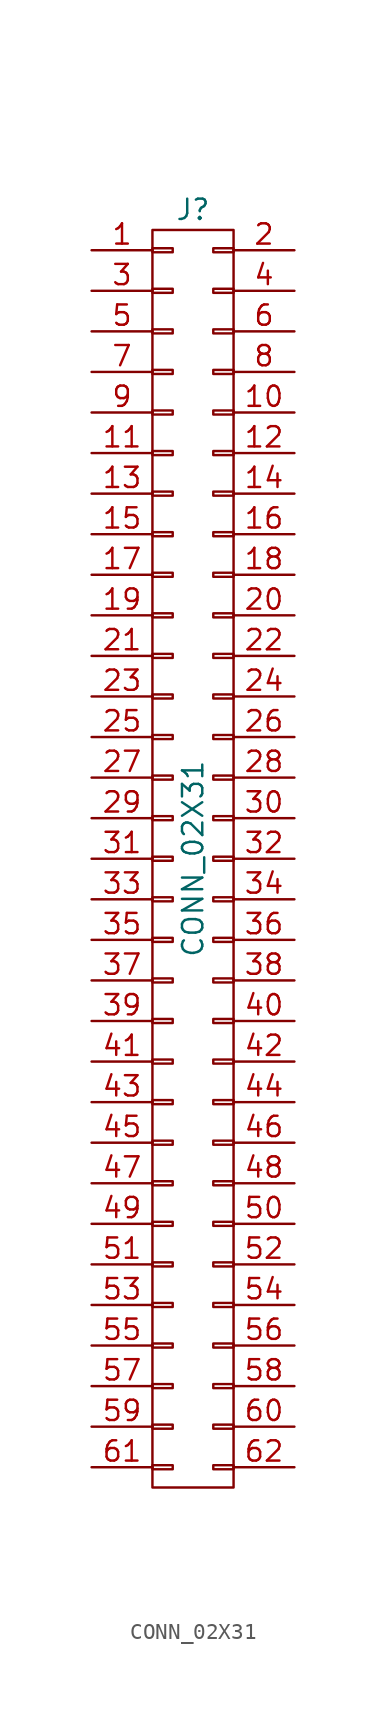
<source format=kicad_sym>
(kicad_symbol_lib
  (version 20211014)
  (generator kicad_symbol_editor)
  (symbol "CONN_02X31"
    (pin_names
      (offset 0.025) hide)
    (property "Reference" "J"
      (at 0 40.64 0)
      (effects (font (size 1.27 1.27))))
    (property "Value" "CONN_02X31"
      (at 0 0 90)
      (effects (font (size 1.27 1.27))))
    (symbol "CONN_02X31_0_1"
      (rectangle (start -2.54 -37.973) (end -1.27 -38.227) (stroke (width 0) (type default) (color 0 0 0 0)) (fill (type none)))
      (rectangle (start -2.54 -35.433) (end -1.27 -35.687) (stroke (width 0) (type default) (color 0 0 0 0)) (fill (type none)))
      (rectangle (start -2.54 -32.893) (end -1.27 -33.147) (stroke (width 0) (type default) (color 0 0 0 0)) (fill (type none)))
      (rectangle (start -2.54 -30.353) (end -1.27 -30.607) (stroke (width 0) (type default) (color 0 0 0 0)) (fill (type none)))
      (rectangle (start -2.54 -27.813) (end -1.27 -28.067) (stroke (width 0) (type default) (color 0 0 0 0)) (fill (type none)))
      (rectangle (start -2.54 -25.273) (end -1.27 -25.527) (stroke (width 0) (type default) (color 0 0 0 0)) (fill (type none)))
      (rectangle (start -2.54 -22.733) (end -1.27 -22.987) (stroke (width 0) (type default) (color 0 0 0 0)) (fill (type none)))
      (rectangle (start -2.54 -20.193) (end -1.27 -20.447) (stroke (width 0) (type default) (color 0 0 0 0)) (fill (type none)))
      (rectangle (start -2.54 -17.653) (end -1.27 -17.907) (stroke (width 0) (type default) (color 0 0 0 0)) (fill (type none)))
      (rectangle (start -2.54 -15.113) (end -1.27 -15.367) (stroke (width 0) (type default) (color 0 0 0 0)) (fill (type none)))
      (rectangle (start -2.54 -12.573) (end -1.27 -12.827) (stroke (width 0) (type default) (color 0 0 0 0)) (fill (type none)))
      (rectangle (start -2.54 -10.033) (end -1.27 -10.287) (stroke (width 0) (type default) (color 0 0 0 0)) (fill (type none)))
      (rectangle (start -2.54 -7.493) (end -1.27 -7.747) (stroke (width 0) (type default) (color 0 0 0 0)) (fill (type none)))
      (rectangle (start -2.54 -4.953) (end -1.27 -5.207) (stroke (width 0) (type default) (color 0 0 0 0)) (fill (type none)))
      (rectangle (start -2.54 -2.413) (end -1.27 -2.667) (stroke (width 0) (type default) (color 0 0 0 0)) (fill (type none)))
      (rectangle (start -2.54 0.127) (end -1.27 -0.127) (stroke (width 0) (type default) (color 0 0 0 0)) (fill (type none)))
      (rectangle (start -2.54 2.667) (end -1.27 2.413) (stroke (width 0) (type default) (color 0 0 0 0)) (fill (type none)))
      (rectangle (start -2.54 5.207) (end -1.27 4.953) (stroke (width 0) (type default) (color 0 0 0 0)) (fill (type none)))
      (rectangle (start -2.54 7.747) (end -1.27 7.493) (stroke (width 0) (type default) (color 0 0 0 0)) (fill (type none)))
      (rectangle (start -2.54 10.287) (end -1.27 10.033) (stroke (width 0) (type default) (color 0 0 0 0)) (fill (type none)))
      (rectangle (start -2.54 12.827) (end -1.27 12.573) (stroke (width 0) (type default) (color 0 0 0 0)) (fill (type none)))
      (rectangle (start -2.54 15.367) (end -1.27 15.113) (stroke (width 0) (type default) (color 0 0 0 0)) (fill (type none)))
      (rectangle (start -2.54 17.907) (end -1.27 17.653) (stroke (width 0) (type default) (color 0 0 0 0)) (fill (type none)))
      (rectangle (start -2.54 20.447) (end -1.27 20.193) (stroke (width 0) (type default) (color 0 0 0 0)) (fill (type none)))
      (rectangle (start -2.54 22.987) (end -1.27 22.733) (stroke (width 0) (type default) (color 0 0 0 0)) (fill (type none)))
      (rectangle (start -2.54 25.527) (end -1.27 25.273) (stroke (width 0) (type default) (color 0 0 0 0)) (fill (type none)))
      (rectangle (start -2.54 28.067) (end -1.27 27.813) (stroke (width 0) (type default) (color 0 0 0 0)) (fill (type none)))
      (rectangle (start -2.54 30.607) (end -1.27 30.353) (stroke (width 0) (type default) (color 0 0 0 0)) (fill (type none)))
      (rectangle (start -2.54 33.147) (end -1.27 32.893) (stroke (width 0) (type default) (color 0 0 0 0)) (fill (type none)))
      (rectangle (start -2.54 35.687) (end -1.27 35.433) (stroke (width 0) (type default) (color 0 0 0 0)) (fill (type none)))
      (rectangle (start -2.54 38.227) (end -1.27 37.973) (stroke (width 0) (type default) (color 0 0 0 0)) (fill (type none)))
      (rectangle (start -2.54 39.37) (end 2.54 -39.37) (stroke (width 0) (type default) (color 0 0 0 0)) (fill (type none)))
      (rectangle (start 1.27 -37.973) (end 2.54 -38.227) (stroke (width 0) (type default) (color 0 0 0 0)) (fill (type none)))
      (rectangle (start 1.27 -35.433) (end 2.54 -35.687) (stroke (width 0) (type default) (color 0 0 0 0)) (fill (type none)))
      (rectangle (start 1.27 -32.893) (end 2.54 -33.147) (stroke (width 0) (type default) (color 0 0 0 0)) (fill (type none)))
      (rectangle (start 1.27 -30.353) (end 2.54 -30.607) (stroke (width 0) (type default) (color 0 0 0 0)) (fill (type none)))
      (rectangle (start 1.27 -27.813) (end 2.54 -28.067) (stroke (width 0) (type default) (color 0 0 0 0)) (fill (type none)))
      (rectangle (start 1.27 -25.273) (end 2.54 -25.527) (stroke (width 0) (type default) (color 0 0 0 0)) (fill (type none)))
      (rectangle (start 1.27 -22.733) (end 2.54 -22.987) (stroke (width 0) (type default) (color 0 0 0 0)) (fill (type none)))
      (rectangle (start 1.27 -20.193) (end 2.54 -20.447) (stroke (width 0) (type default) (color 0 0 0 0)) (fill (type none)))
      (rectangle (start 1.27 -17.653) (end 2.54 -17.907) (stroke (width 0) (type default) (color 0 0 0 0)) (fill (type none)))
      (rectangle (start 1.27 -15.113) (end 2.54 -15.367) (stroke (width 0) (type default) (color 0 0 0 0)) (fill (type none)))
      (rectangle (start 1.27 -12.573) (end 2.54 -12.827) (stroke (width 0) (type default) (color 0 0 0 0)) (fill (type none)))
      (rectangle (start 1.27 -10.033) (end 2.54 -10.287) (stroke (width 0) (type default) (color 0 0 0 0)) (fill (type none)))
      (rectangle (start 1.27 -7.493) (end 2.54 -7.747) (stroke (width 0) (type default) (color 0 0 0 0)) (fill (type none)))
      (rectangle (start 1.27 -4.953) (end 2.54 -5.207) (stroke (width 0) (type default) (color 0 0 0 0)) (fill (type none)))
      (rectangle (start 1.27 -2.413) (end 2.54 -2.667) (stroke (width 0) (type default) (color 0 0 0 0)) (fill (type none)))
      (rectangle (start 1.27 0.127) (end 2.54 -0.127) (stroke (width 0) (type default) (color 0 0 0 0)) (fill (type none)))
      (rectangle (start 1.27 2.667) (end 2.54 2.413) (stroke (width 0) (type default) (color 0 0 0 0)) (fill (type none)))
      (rectangle (start 1.27 5.207) (end 2.54 4.953) (stroke (width 0) (type default) (color 0 0 0 0)) (fill (type none)))
      (rectangle (start 1.27 7.747) (end 2.54 7.493) (stroke (width 0) (type default) (color 0 0 0 0)) (fill (type none)))
      (rectangle (start 1.27 10.287) (end 2.54 10.033) (stroke (width 0) (type default) (color 0 0 0 0)) (fill (type none)))
      (rectangle (start 1.27 12.827) (end 2.54 12.573) (stroke (width 0) (type default) (color 0 0 0 0)) (fill (type none)))
      (rectangle (start 1.27 15.367) (end 2.54 15.113) (stroke (width 0) (type default) (color 0 0 0 0)) (fill (type none)))
      (rectangle (start 1.27 17.907) (end 2.54 17.653) (stroke (width 0) (type default) (color 0 0 0 0)) (fill (type none)))
      (rectangle (start 1.27 20.447) (end 2.54 20.193) (stroke (width 0) (type default) (color 0 0 0 0)) (fill (type none)))
      (rectangle (start 1.27 22.987) (end 2.54 22.733) (stroke (width 0) (type default) (color 0 0 0 0)) (fill (type none)))
      (rectangle (start 1.27 25.527) (end 2.54 25.273) (stroke (width 0) (type default) (color 0 0 0 0)) (fill (type none)))
      (rectangle (start 1.27 28.067) (end 2.54 27.813) (stroke (width 0) (type default) (color 0 0 0 0)) (fill (type none)))
      (rectangle (start 1.27 30.607) (end 2.54 30.353) (stroke (width 0) (type default) (color 0 0 0 0)) (fill (type none)))
      (rectangle (start 1.27 33.147) (end 2.54 32.893) (stroke (width 0) (type default) (color 0 0 0 0)) (fill (type none)))
      (rectangle (start 1.27 35.687) (end 2.54 35.433) (stroke (width 0) (type default) (color 0 0 0 0)) (fill (type none)))
      (rectangle (start 1.27 38.227) (end 2.54 37.973) (stroke (width 0) (type default) (color 0 0 0 0)) (fill (type none))))
    (symbol "CONN_02X31_1_1"
      (pin passive line (at -6.35 38.1 0) (length 3.81) (name "P1" (effects (font (size 1.27 1.27)))) (number "1" (effects (font (size 1.27 1.27)))))
      (pin passive line (at 6.35 27.94 180) (length 3.81) (name "P10" (effects (font (size 1.27 1.27)))) (number "10" (effects (font (size 1.27 1.27)))))
      (pin passive line (at -6.35 25.4 0) (length 3.81) (name "P11" (effects (font (size 1.27 1.27)))) (number "11" (effects (font (size 1.27 1.27)))))
      (pin passive line (at 6.35 25.4 180) (length 3.81) (name "P12" (effects (font (size 1.27 1.27)))) (number "12" (effects (font (size 1.27 1.27)))))
      (pin passive line (at -6.35 22.86 0) (length 3.81) (name "P13" (effects (font (size 1.27 1.27)))) (number "13" (effects (font (size 1.27 1.27)))))
      (pin passive line (at 6.35 22.86 180) (length 3.81) (name "P14" (effects (font (size 1.27 1.27)))) (number "14" (effects (font (size 1.27 1.27)))))
      (pin passive line (at -6.35 20.32 0) (length 3.81) (name "P15" (effects (font (size 1.27 1.27)))) (number "15" (effects (font (size 1.27 1.27)))))
      (pin passive line (at 6.35 20.32 180) (length 3.81) (name "P16" (effects (font (size 1.27 1.27)))) (number "16" (effects (font (size 1.27 1.27)))))
      (pin passive line (at -6.35 17.78 0) (length 3.81) (name "P17" (effects (font (size 1.27 1.27)))) (number "17" (effects (font (size 1.27 1.27)))))
      (pin passive line (at 6.35 17.78 180) (length 3.81) (name "P18" (effects (font (size 1.27 1.27)))) (number "18" (effects (font (size 1.27 1.27)))))
      (pin passive line (at -6.35 15.24 0) (length 3.81) (name "P19" (effects (font (size 1.27 1.27)))) (number "19" (effects (font (size 1.27 1.27)))))
      (pin passive line (at 6.35 38.1 180) (length 3.81) (name "P2" (effects (font (size 1.27 1.27)))) (number "2" (effects (font (size 1.27 1.27)))))
      (pin passive line (at 6.35 15.24 180) (length 3.81) (name "P20" (effects (font (size 1.27 1.27)))) (number "20" (effects (font (size 1.27 1.27)))))
      (pin passive line (at -6.35 12.7 0) (length 3.81) (name "P21" (effects (font (size 1.27 1.27)))) (number "21" (effects (font (size 1.27 1.27)))))
      (pin passive line (at 6.35 12.7 180) (length 3.81) (name "P22" (effects (font (size 1.27 1.27)))) (number "22" (effects (font (size 1.27 1.27)))))
      (pin passive line (at -6.35 10.16 0) (length 3.81) (name "P23" (effects (font (size 1.27 1.27)))) (number "23" (effects (font (size 1.27 1.27)))))
      (pin passive line (at 6.35 10.16 180) (length 3.81) (name "P24" (effects (font (size 1.27 1.27)))) (number "24" (effects (font (size 1.27 1.27)))))
      (pin passive line (at -6.35 7.62 0) (length 3.81) (name "P25" (effects (font (size 1.27 1.27)))) (number "25" (effects (font (size 1.27 1.27)))))
      (pin passive line (at 6.35 7.62 180) (length 3.81) (name "P26" (effects (font (size 1.27 1.27)))) (number "26" (effects (font (size 1.27 1.27)))))
      (pin passive line (at -6.35 5.08 0) (length 3.81) (name "P27" (effects (font (size 1.27 1.27)))) (number "27" (effects (font (size 1.27 1.27)))))
      (pin passive line (at 6.35 5.08 180) (length 3.81) (name "P28" (effects (font (size 1.27 1.27)))) (number "28" (effects (font (size 1.27 1.27)))))
      (pin passive line (at -6.35 2.54 0) (length 3.81) (name "P29" (effects (font (size 1.27 1.27)))) (number "29" (effects (font (size 1.27 1.27)))))
      (pin passive line (at -6.35 35.56 0) (length 3.81) (name "P3" (effects (font (size 1.27 1.27)))) (number "3" (effects (font (size 1.27 1.27)))))
      (pin passive line (at 6.35 2.54 180) (length 3.81) (name "P30" (effects (font (size 1.27 1.27)))) (number "30" (effects (font (size 1.27 1.27)))))
      (pin passive line (at -6.35 0 0) (length 3.81) (name "P31" (effects (font (size 1.27 1.27)))) (number "31" (effects (font (size 1.27 1.27)))))
      (pin passive line (at 6.35 0 180) (length 3.81) (name "P32" (effects (font (size 1.27 1.27)))) (number "32" (effects (font (size 1.27 1.27)))))
      (pin passive line (at -6.35 -2.54 0) (length 3.81) (name "P33" (effects (font (size 1.27 1.27)))) (number "33" (effects (font (size 1.27 1.27)))))
      (pin passive line (at 6.35 -2.54 180) (length 3.81) (name "P34" (effects (font (size 1.27 1.27)))) (number "34" (effects (font (size 1.27 1.27)))))
      (pin passive line (at -6.35 -5.08 0) (length 3.81) (name "P35" (effects (font (size 1.27 1.27)))) (number "35" (effects (font (size 1.27 1.27)))))
      (pin passive line (at 6.35 -5.08 180) (length 3.81) (name "P36" (effects (font (size 1.27 1.27)))) (number "36" (effects (font (size 1.27 1.27)))))
      (pin passive line (at -6.35 -7.62 0) (length 3.81) (name "P37" (effects (font (size 1.27 1.27)))) (number "37" (effects (font (size 1.27 1.27)))))
      (pin passive line (at 6.35 -7.62 180) (length 3.81) (name "P38" (effects (font (size 1.27 1.27)))) (number "38" (effects (font (size 1.27 1.27)))))
      (pin passive line (at -6.35 -10.16 0) (length 3.81) (name "P39" (effects (font (size 1.27 1.27)))) (number "39" (effects (font (size 1.27 1.27)))))
      (pin passive line (at 6.35 35.56 180) (length 3.81) (name "P4" (effects (font (size 1.27 1.27)))) (number "4" (effects (font (size 1.27 1.27)))))
      (pin passive line (at 6.35 -10.16 180) (length 3.81) (name "P40" (effects (font (size 1.27 1.27)))) (number "40" (effects (font (size 1.27 1.27)))))
      (pin passive line (at -6.35 -12.7 0) (length 3.81) (name "P41" (effects (font (size 1.27 1.27)))) (number "41" (effects (font (size 1.27 1.27)))))
      (pin passive line (at 6.35 -12.7 180) (length 3.81) (name "P42" (effects (font (size 1.27 1.27)))) (number "42" (effects (font (size 1.27 1.27)))))
      (pin passive line (at -6.35 -15.24 0) (length 3.81) (name "P43" (effects (font (size 1.27 1.27)))) (number "43" (effects (font (size 1.27 1.27)))))
      (pin passive line (at 6.35 -15.24 180) (length 3.81) (name "P44" (effects (font (size 1.27 1.27)))) (number "44" (effects (font (size 1.27 1.27)))))
      (pin passive line (at -6.35 -17.78 0) (length 3.81) (name "P45" (effects (font (size 1.27 1.27)))) (number "45" (effects (font (size 1.27 1.27)))))
      (pin passive line (at 6.35 -17.78 180) (length 3.81) (name "P46" (effects (font (size 1.27 1.27)))) (number "46" (effects (font (size 1.27 1.27)))))
      (pin passive line (at -6.35 -20.32 0) (length 3.81) (name "P47" (effects (font (size 1.27 1.27)))) (number "47" (effects (font (size 1.27 1.27)))))
      (pin passive line (at 6.35 -20.32 180) (length 3.81) (name "P48" (effects (font (size 1.27 1.27)))) (number "48" (effects (font (size 1.27 1.27)))))
      (pin passive line (at -6.35 -22.86 0) (length 3.81) (name "P49" (effects (font (size 1.27 1.27)))) (number "49" (effects (font (size 1.27 1.27)))))
      (pin passive line (at -6.35 33.02 0) (length 3.81) (name "P5" (effects (font (size 1.27 1.27)))) (number "5" (effects (font (size 1.27 1.27)))))
      (pin passive line (at 6.35 -22.86 180) (length 3.81) (name "P50" (effects (font (size 1.27 1.27)))) (number "50" (effects (font (size 1.27 1.27)))))
      (pin passive line (at -6.35 -25.4 0) (length 3.81) (name "P51" (effects (font (size 1.27 1.27)))) (number "51" (effects (font (size 1.27 1.27)))))
      (pin passive line (at 6.35 -25.4 180) (length 3.81) (name "P52" (effects (font (size 1.27 1.27)))) (number "52" (effects (font (size 1.27 1.27)))))
      (pin passive line (at -6.35 -27.94 0) (length 3.81) (name "P53" (effects (font (size 1.27 1.27)))) (number "53" (effects (font (size 1.27 1.27)))))
      (pin passive line (at 6.35 -27.94 180) (length 3.81) (name "P54" (effects (font (size 1.27 1.27)))) (number "54" (effects (font (size 1.27 1.27)))))
      (pin passive line (at -6.35 -30.48 0) (length 3.81) (name "P55" (effects (font (size 1.27 1.27)))) (number "55" (effects (font (size 1.27 1.27)))))
      (pin passive line (at 6.35 -30.48 180) (length 3.81) (name "P56" (effects (font (size 1.27 1.27)))) (number "56" (effects (font (size 1.27 1.27)))))
      (pin passive line (at -6.35 -33.02 0) (length 3.81) (name "P57" (effects (font (size 1.27 1.27)))) (number "57" (effects (font (size 1.27 1.27)))))
      (pin passive line (at 6.35 -33.02 180) (length 3.81) (name "P58" (effects (font (size 1.27 1.27)))) (number "58" (effects (font (size 1.27 1.27)))))
      (pin passive line (at -6.35 -35.56 0) (length 3.81) (name "P59" (effects (font (size 1.27 1.27)))) (number "59" (effects (font (size 1.27 1.27)))))
      (pin passive line (at 6.35 33.02 180) (length 3.81) (name "P6" (effects (font (size 1.27 1.27)))) (number "6" (effects (font (size 1.27 1.27)))))
      (pin passive line (at 6.35 -35.56 180) (length 3.81) (name "P60" (effects (font (size 1.27 1.27)))) (number "60" (effects (font (size 1.27 1.27)))))
      (pin passive line (at -6.35 -38.1 0) (length 3.81) (name "P61" (effects (font (size 1.27 1.27)))) (number "61" (effects (font (size 1.27 1.27)))))
      (pin passive line (at 6.35 -38.1 180) (length 3.81) (name "P62" (effects (font (size 1.27 1.27)))) (number "62" (effects (font (size 1.27 1.27)))))
      (pin passive line (at -6.35 30.48 0) (length 3.81) (name "P7" (effects (font (size 1.27 1.27)))) (number "7" (effects (font (size 1.27 1.27)))))
      (pin passive line (at 6.35 30.48 180) (length 3.81) (name "P8" (effects (font (size 1.27 1.27)))) (number "8" (effects (font (size 1.27 1.27)))))
      (pin passive line (at -6.35 27.94 0) (length 3.81) (name "P9" (effects (font (size 1.27 1.27)))) (number "9" (effects (font (size 1.27 1.27))))))))
</source>
